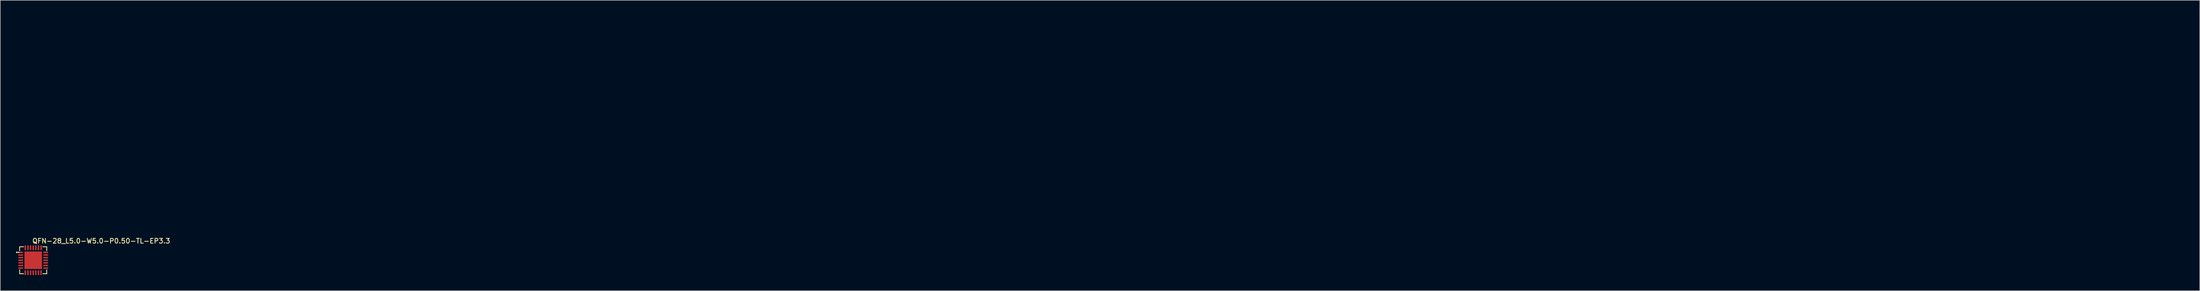
<source format=kicad_pcb>
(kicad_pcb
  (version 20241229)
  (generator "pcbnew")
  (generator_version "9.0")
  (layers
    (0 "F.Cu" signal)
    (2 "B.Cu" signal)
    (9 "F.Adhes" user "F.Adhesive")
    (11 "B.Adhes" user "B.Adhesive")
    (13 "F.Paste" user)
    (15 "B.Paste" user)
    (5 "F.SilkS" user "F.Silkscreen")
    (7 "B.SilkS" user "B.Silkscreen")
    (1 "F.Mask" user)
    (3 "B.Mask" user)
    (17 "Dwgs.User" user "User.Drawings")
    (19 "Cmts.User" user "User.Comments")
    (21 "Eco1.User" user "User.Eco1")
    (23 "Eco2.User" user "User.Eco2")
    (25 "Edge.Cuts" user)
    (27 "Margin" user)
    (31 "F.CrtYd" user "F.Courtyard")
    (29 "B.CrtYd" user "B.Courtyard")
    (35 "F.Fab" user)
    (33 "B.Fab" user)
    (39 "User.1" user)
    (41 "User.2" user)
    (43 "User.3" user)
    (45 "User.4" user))
  (footprint "QFN-28_L5.0-W5.0-P0.50-TL-EP3.3"
    (layer "F.Cu")
    (at 3.28 46.655)
    (property "Reference" "QFN-28_L5.0-W5.0-P0.50-TL-EP3.3" (at -0.254 -4.216 0) (layer "F.SilkS") (effects (font (size 0.914 0.914) (thickness 0.152)) (justify left top)))
    (fp_line (start -2.576 -2.576) (end -2.576 -1.831) (stroke (width 0.152) (type default)) (layer "F.SilkS"))
    (fp_line (start -2.576 2.576) (end -2.576 1.831) (stroke (width 0.152) (type default)) (layer "F.SilkS"))
    (fp_line (start -1.831 -2.576) (end -2.576 -2.576) (stroke (width 0.152) (type default)) (layer "F.SilkS"))
    (fp_line (start -1.831 2.576) (end -2.576 2.576) (stroke (width 0.152) (type default)) (layer "F.SilkS"))
    (fp_line (start 1.831 -2.576) (end 2.576 -2.576) (stroke (width 0.152) (type default)) (layer "F.SilkS"))
    (fp_line (start 1.831 2.576) (end 2.576 2.576) (stroke (width 0.152) (type default)) (layer "F.SilkS"))
    (fp_line (start 2.576 -2.576) (end 2.576 -1.831) (stroke (width 0.152) (type default)) (layer "F.SilkS"))
    (fp_line (start 2.576 2.576) (end 2.576 1.831) (stroke (width 0.152) (type default)) (layer "F.SilkS"))
    (fp_circle (center -3.13 -1.5) (end -3.055 -1.5) (stroke (width 0.15) (type default)) (fill no) (layer "F.SilkS"))
    (fp_circle (center -2.8 -1.5) (end -2.725 -1.5) (stroke (width 0.15) (type default)) (fill no) (layer "Dwgs.User"))
    (fp_circle (center -2.5 -2.5) (end -2.47 -2.5) (stroke (width 0.06) (type default)) (fill no) (layer "User.5"))
    (pad "1" smd rect (at -2.377 -1.5) (size 0.905 0.28) (layers "F.Cu" "F.Mask" "F.Paste"))
    (pad "2" smd rect (at -2.377 -1) (size 0.905 0.28) (layers "F.Cu" "F.Mask" "F.Paste"))
    (pad "3" smd rect (at -2.377 -0.5) (size 0.905 0.28) (layers "F.Cu" "F.Mask" "F.Paste"))
    (pad "4" smd rect (at -2.377 0) (size 0.905 0.28) (layers "F.Cu" "F.Mask" "F.Paste"))
    (pad "5" smd rect (at -2.377 0.5) (size 0.905 0.28) (layers "F.Cu" "F.Mask" "F.Paste"))
    (pad "6" smd rect (at -2.377 1) (size 0.905 0.28) (layers "F.Cu" "F.Mask" "F.Paste"))
    (pad "7" smd rect (at -2.377 1.5) (size 0.905 0.28) (layers "F.Cu" "F.Mask" "F.Paste"))
    (pad "8" smd rect (at -1.5 2.377) (size 0.28 0.905) (layers "F.Cu" "F.Mask" "F.Paste"))
    (pad "9" smd rect (at -1 2.377) (size 0.28 0.905) (layers "F.Cu" "F.Mask" "F.Paste"))
    (pad "10" smd rect (at -0.5 2.377) (size 0.28 0.905) (layers "F.Cu" "F.Mask" "F.Paste"))
    (pad "11" smd rect (at 0 2.377) (size 0.28 0.905) (layers "F.Cu" "F.Mask" "F.Paste"))
    (pad "12" smd rect (at 0.5 2.377) (size 0.28 0.905) (layers "F.Cu" "F.Mask" "F.Paste"))
    (pad "13" smd rect (at 1 2.377) (size 0.28 0.905) (layers "F.Cu" "F.Mask" "F.Paste"))
    (pad "14" smd rect (at 1.5 2.377) (size 0.28 0.905) (layers "F.Cu" "F.Mask" "F.Paste"))
    (pad "15" smd rect (at 2.377 1.5) (size 0.905 0.28) (layers "F.Cu" "F.Mask" "F.Paste"))
    (pad "16" smd rect (at 2.377 1) (size 0.905 0.28) (layers "F.Cu" "F.Mask" "F.Paste"))
    (pad "17" smd rect (at 2.377 0.5) (size 0.905 0.28) (layers "F.Cu" "F.Mask" "F.Paste"))
    (pad "18" smd rect (at 2.377 0) (size 0.905 0.28) (layers "F.Cu" "F.Mask" "F.Paste"))
    (pad "19" smd rect (at 2.377 -0.5) (size 0.905 0.28) (layers "F.Cu" "F.Mask" "F.Paste"))
    (pad "20" smd rect (at 2.377 -1) (size 0.905 0.28) (layers "F.Cu" "F.Mask" "F.Paste"))
    (pad "21" smd rect (at 2.377 -1.5) (size 0.905 0.28) (layers "F.Cu" "F.Mask" "F.Paste"))
    (pad "22" smd rect (at 1.5 -2.377) (size 0.28 0.905) (layers "F.Cu" "F.Mask" "F.Paste"))
    (pad "23" smd rect (at 1 -2.377) (size 0.28 0.905) (layers "F.Cu" "F.Mask" "F.Paste"))
    (pad "24" smd rect (at 0.5 -2.377) (size 0.28 0.905) (layers "F.Cu" "F.Mask" "F.Paste"))
    (pad "25" smd rect (at 0 -2.377) (size 0.28 0.905) (layers "F.Cu" "F.Mask" "F.Paste"))
    (pad "26" smd rect (at -0.5 -2.377) (size 0.28 0.905) (layers "F.Cu" "F.Mask" "F.Paste"))
    (pad "27" smd rect (at -1 -2.377) (size 0.28 0.905) (layers "F.Cu" "F.Mask" "F.Paste"))
    (pad "28" smd rect (at -1.5 -2.377) (size 0.28 0.905) (layers "F.Cu" "F.Mask" "F.Paste"))
    (pad "29" smd rect (at 0 0) (size 3.35 3.35) (layers "F.Cu" "F.Mask" "F.Paste"))
    (zone (net_name "") (layer "F.Paste") (hatch edge 0.5) (priority 100) (connect_pads yes) (min_thickness 0) (filled_areas_thickness no) (fill yes) (polygon (pts (xy 407.525 1.19) (xy 408.43 1.19) (xy 408.43 1.47) (xy 407.525 1.47))) (filled_polygon (layer "F.Paste") (island) (pts (xy 407.525 1.19) (xy 408.43 1.19) (xy 408.43 1.47) (xy 407.525 1.47))))
    (zone (net_name "") (layer "F.Paste") (hatch edge 0.5) (priority 100) (connect_pads yes) (min_thickness 0) (filled_areas_thickness no) (fill yes) (polygon (pts (xy 407.525 1.69) (xy 408.43 1.69) (xy 408.43 1.97) (xy 407.525 1.97))) (filled_polygon (layer "F.Paste") (island) (pts (xy 407.525 1.69) (xy 408.43 1.69) (xy 408.43 1.97) (xy 407.525 1.97))))
    (zone (net_name "") (layer "F.Paste") (hatch edge 0.5) (priority 100) (connect_pads yes) (min_thickness 0) (filled_areas_thickness no) (fill yes) (polygon (pts (xy 407.525 2.19) (xy 408.43 2.19) (xy 408.43 2.47) (xy 407.525 2.47))) (filled_polygon (layer "F.Paste") (island) (pts (xy 407.525 2.19) (xy 408.43 2.19) (xy 408.43 2.47) (xy 407.525 2.47))))
    (zone (net_name "") (layer "F.Paste") (hatch edge 0.5) (priority 100) (connect_pads yes) (min_thickness 0) (filled_areas_thickness no) (fill yes) (polygon (pts (xy 407.525 2.69) (xy 408.43 2.69) (xy 408.43 2.97) (xy 407.525 2.97))) (filled_polygon (layer "F.Paste") (island) (pts (xy 407.525 2.69) (xy 408.43 2.69) (xy 408.43 2.97) (xy 407.525 2.97))))
    (zone (net_name "") (layer "F.Paste") (hatch edge 0.5) (priority 100) (connect_pads yes) (min_thickness 0) (filled_areas_thickness no) (fill yes) (polygon (pts (xy 407.525 3.19) (xy 408.43 3.19) (xy 408.43 3.47) (xy 407.525 3.47))) (filled_polygon (layer "F.Paste") (island) (pts (xy 407.525 3.19) (xy 408.43 3.19) (xy 408.43 3.47) (xy 407.525 3.47))))
    (zone (net_name "") (layer "F.Paste") (hatch edge 0.5) (priority 100) (connect_pads yes) (min_thickness 0) (filled_areas_thickness no) (fill yes) (polygon (pts (xy 407.525 3.69) (xy 408.43 3.69) (xy 408.43 3.97) (xy 407.525 3.97))) (filled_polygon (layer "F.Paste") (island) (pts (xy 407.525 3.69) (xy 408.43 3.69) (xy 408.43 3.97) (xy 407.525 3.97))))
    (zone (net_name "") (layer "F.Paste") (hatch edge 0.5) (priority 100) (connect_pads yes) (min_thickness 0) (filled_areas_thickness no) (fill yes) (polygon (pts (xy 407.525 4.19) (xy 408.43 4.19) (xy 408.43 4.47) (xy 407.525 4.47))) (filled_polygon (layer "F.Paste") (island) (pts (xy 407.525 4.19) (xy 408.43 4.19) (xy 408.43 4.47) (xy 407.525 4.47))))
    (zone (net_name "") (layer "F.Paste") (hatch edge 0.5) (priority 100) (connect_pads yes) (min_thickness 0) (filled_areas_thickness no) (fill yes) (polygon (pts (xy 408.715 0) (xy 408.995 0) (xy 408.995 0.905) (xy 408.715 0.905))) (filled_polygon (layer "F.Paste") (island) (pts (xy 408.715 0) (xy 408.995 0) (xy 408.995 0.905) (xy 408.715 0.905))))
    (zone (net_name "") (layer "F.Paste") (hatch edge 0.5) (priority 100) (connect_pads yes) (min_thickness 0) (filled_areas_thickness no) (fill yes) (polygon (pts (xy 408.715 4.755) (xy 408.995 4.755) (xy 408.995 5.66) (xy 408.715 5.66))) (filled_polygon (layer "F.Paste") (island) (pts (xy 408.715 4.755) (xy 408.995 4.755) (xy 408.995 5.66) (xy 408.715 5.66))))
    (zone (net_name "") (layer "F.Paste") (hatch edge 0.5) (priority 100) (connect_pads yes) (min_thickness 0) (filled_areas_thickness no) (fill yes) (polygon (pts (xy 409.005 1.48) (xy 411.705 1.48) (xy 411.705 4.18) (xy 409.005 4.18))) (filled_polygon (layer "F.Paste") (island) (pts (xy 409.005 1.48) (xy 411.705 1.48) (xy 411.705 4.18) (xy 409.005 4.18))))
    (zone (net_name "") (layer "F.Paste") (hatch edge 0.5) (priority 100) (connect_pads yes) (min_thickness 0) (filled_areas_thickness no) (fill yes) (polygon (pts (xy 409.215 0) (xy 409.495 0) (xy 409.495 0.905) (xy 409.215 0.905))) (filled_polygon (layer "F.Paste") (island) (pts (xy 409.215 0) (xy 409.495 0) (xy 409.495 0.905) (xy 409.215 0.905))))
    (zone (net_name "") (layer "F.Paste") (hatch edge 0.5) (priority 100) (connect_pads yes) (min_thickness 0) (filled_areas_thickness no) (fill yes) (polygon (pts (xy 409.215 4.755) (xy 409.495 4.755) (xy 409.495 5.66) (xy 409.215 5.66))) (filled_polygon (layer "F.Paste") (island) (pts (xy 409.215 4.755) (xy 409.495 4.755) (xy 409.495 5.66) (xy 409.215 5.66))))
    (zone (net_name "") (layer "F.Paste") (hatch edge 0.5) (priority 100) (connect_pads yes) (min_thickness 0) (filled_areas_thickness no) (fill yes) (polygon (pts (xy 409.715 0) (xy 409.995 0) (xy 409.995 0.905) (xy 409.715 0.905))) (filled_polygon (layer "F.Paste") (island) (pts (xy 409.715 0) (xy 409.995 0) (xy 409.995 0.905) (xy 409.715 0.905))))
    (zone (net_name "") (layer "F.Paste") (hatch edge 0.5) (priority 100) (connect_pads yes) (min_thickness 0) (filled_areas_thickness no) (fill yes) (polygon (pts (xy 409.715 4.755) (xy 409.995 4.755) (xy 409.995 5.66) (xy 409.715 5.66))) (filled_polygon (layer "F.Paste") (island) (pts (xy 409.715 4.755) (xy 409.995 4.755) (xy 409.995 5.66) (xy 409.715 5.66))))
    (zone (net_name "") (layer "F.Paste") (hatch edge 0.5) (priority 100) (connect_pads yes) (min_thickness 0) (filled_areas_thickness no) (fill yes) (polygon (pts (xy 410.215 0) (xy 410.495 0) (xy 410.495 0.905) (xy 410.215 0.905))) (filled_polygon (layer "F.Paste") (island) (pts (xy 410.215 0) (xy 410.495 0) (xy 410.495 0.905) (xy 410.215 0.905))))
    (zone (net_name "") (layer "F.Paste") (hatch edge 0.5) (priority 100) (connect_pads yes) (min_thickness 0) (filled_areas_thickness no) (fill yes) (polygon (pts (xy 410.215 4.755) (xy 410.495 4.755) (xy 410.495 5.66) (xy 410.215 5.66))) (filled_polygon (layer "F.Paste") (island) (pts (xy 410.215 4.755) (xy 410.495 4.755) (xy 410.495 5.66) (xy 410.215 5.66))))
    (zone (net_name "") (layer "F.Paste") (hatch edge 0.5) (priority 100) (connect_pads yes) (min_thickness 0) (filled_areas_thickness no) (fill yes) (polygon (pts (xy 410.715 0) (xy 410.995 0) (xy 410.995 0.905) (xy 410.715 0.905))) (filled_polygon (layer "F.Paste") (island) (pts (xy 410.715 0) (xy 410.995 0) (xy 410.995 0.905) (xy 410.715 0.905))))
    (zone (net_name "") (layer "F.Paste") (hatch edge 0.5) (priority 100) (connect_pads yes) (min_thickness 0) (filled_areas_thickness no) (fill yes) (polygon (pts (xy 410.715 4.755) (xy 410.995 4.755) (xy 410.995 5.66) (xy 410.715 5.66))) (filled_polygon (layer "F.Paste") (island) (pts (xy 410.715 4.755) (xy 410.995 4.755) (xy 410.995 5.66) (xy 410.715 5.66))))
    (zone (net_name "") (layer "F.Paste") (hatch edge 0.5) (priority 100) (connect_pads yes) (min_thickness 0) (filled_areas_thickness no) (fill yes) (polygon (pts (xy 411.215 0) (xy 411.495 0) (xy 411.495 0.905) (xy 411.215 0.905))) (filled_polygon (layer "F.Paste") (island) (pts (xy 411.215 0) (xy 411.495 0) (xy 411.495 0.905) (xy 411.215 0.905))))
    (zone (net_name "") (layer "F.Paste") (hatch edge 0.5) (priority 100) (connect_pads yes) (min_thickness 0) (filled_areas_thickness no) (fill yes) (polygon (pts (xy 411.215 4.755) (xy 411.495 4.755) (xy 411.495 5.66) (xy 411.215 5.66))) (filled_polygon (layer "F.Paste") (island) (pts (xy 411.215 4.755) (xy 411.495 4.755) (xy 411.495 5.66) (xy 411.215 5.66))))
    (zone (net_name "") (layer "F.Paste") (hatch edge 0.5) (priority 100) (connect_pads yes) (min_thickness 0) (filled_areas_thickness no) (fill yes) (polygon (pts (xy 411.715 0) (xy 411.995 0) (xy 411.995 0.905) (xy 411.715 0.905))) (filled_polygon (layer "F.Paste") (island) (pts (xy 411.715 0) (xy 411.995 0) (xy 411.995 0.905) (xy 411.715 0.905))))
    (zone (net_name "") (layer "F.Paste") (hatch edge 0.5) (priority 100) (connect_pads yes) (min_thickness 0) (filled_areas_thickness no) (fill yes) (polygon (pts (xy 411.715 4.755) (xy 411.995 4.755) (xy 411.995 5.66) (xy 411.715 5.66))) (filled_polygon (layer "F.Paste") (island) (pts (xy 411.715 4.755) (xy 411.995 4.755) (xy 411.995 5.66) (xy 411.715 5.66))))
    (zone (net_name "") (layer "F.Paste") (hatch edge 0.5) (priority 100) (connect_pads yes) (min_thickness 0) (filled_areas_thickness no) (fill yes) (polygon (pts (xy 412.28 1.19) (xy 413.185 1.19) (xy 413.185 1.47) (xy 412.28 1.47))) (filled_polygon (layer "F.Paste") (island) (pts (xy 412.28 1.19) (xy 413.185 1.19) (xy 413.185 1.47) (xy 412.28 1.47))))
    (zone (net_name "") (layer "F.Paste") (hatch edge 0.5) (priority 100) (connect_pads yes) (min_thickness 0) (filled_areas_thickness no) (fill yes) (polygon (pts (xy 412.28 1.69) (xy 413.185 1.69) (xy 413.185 1.97) (xy 412.28 1.97))) (filled_polygon (layer "F.Paste") (island) (pts (xy 412.28 1.69) (xy 413.185 1.69) (xy 413.185 1.97) (xy 412.28 1.97))))
    (zone (net_name "") (layer "F.Paste") (hatch edge 0.5) (priority 100) (connect_pads yes) (min_thickness 0) (filled_areas_thickness no) (fill yes) (polygon (pts (xy 412.28 2.19) (xy 413.185 2.19) (xy 413.185 2.47) (xy 412.28 2.47))) (filled_polygon (layer "F.Paste") (island) (pts (xy 412.28 2.19) (xy 413.185 2.19) (xy 413.185 2.47) (xy 412.28 2.47))))
    (zone (net_name "") (layer "F.Paste") (hatch edge 0.5) (priority 100) (connect_pads yes) (min_thickness 0) (filled_areas_thickness no) (fill yes) (polygon (pts (xy 412.28 2.69) (xy 413.185 2.69) (xy 413.185 2.97) (xy 412.28 2.97))) (filled_polygon (layer "F.Paste") (island) (pts (xy 412.28 2.69) (xy 413.185 2.69) (xy 413.185 2.97) (xy 412.28 2.97))))
    (zone (net_name "") (layer "F.Paste") (hatch edge 0.5) (priority 100) (connect_pads yes) (min_thickness 0) (filled_areas_thickness no) (fill yes) (polygon (pts (xy 412.28 3.19) (xy 413.185 3.19) (xy 413.185 3.47) (xy 412.28 3.47))) (filled_polygon (layer "F.Paste") (island) (pts (xy 412.28 3.19) (xy 413.185 3.19) (xy 413.185 3.47) (xy 412.28 3.47))))
    (zone (net_name "") (layer "F.Paste") (hatch edge 0.5) (priority 100) (connect_pads yes) (min_thickness 0) (filled_areas_thickness no) (fill yes) (polygon (pts (xy 412.28 3.69) (xy 413.185 3.69) (xy 413.185 3.97) (xy 412.28 3.97))) (filled_polygon (layer "F.Paste") (island) (pts (xy 412.28 3.69) (xy 413.185 3.69) (xy 413.185 3.97) (xy 412.28 3.97))))
    (zone (net_name "") (layer "F.Paste") (hatch edge 0.5) (priority 100) (connect_pads yes) (min_thickness 0) (filled_areas_thickness no) (fill yes) (polygon (pts (xy 412.28 4.19) (xy 413.185 4.19) (xy 413.185 4.47) (xy 412.28 4.47))) (filled_polygon (layer "F.Paste") (island) (pts (xy 412.28 4.19) (xy 413.185 4.19) (xy 413.185 4.47) (xy 412.28 4.47))))
    (zone (net_name "") (layer "User.3") (hatch edge 0.5) (priority 100) (connect_pads yes) (min_thickness 0) (filled_areas_thickness no) (fill yes) (polygon (pts (xy 407.855 0.33) (xy 412.855 0.33) (xy 412.855 5.33) (xy 407.855 5.33))) (filled_polygon (layer "User.3") (island) (pts (xy 407.855 0.33) (xy 412.855 0.33) (xy 412.855 5.33) (xy 407.855 5.33))))
    (zone (net_name "") (layer "User.4") (hatch edge 0.5) (priority 100) (connect_pads yes) (min_thickness 0) (filled_areas_thickness no) (fill yes) (polygon (pts (xy 407.855 1.21) (xy 408.405 1.21) (xy 408.405 1.45) (xy 407.855 1.45))) (filled_polygon (layer "User.4") (island) (pts (xy 407.855 1.21) (xy 408.405 1.21) (xy 408.405 1.45) (xy 407.855 1.45))))
    (zone (net_name "") (layer "User.4") (hatch edge 0.5) (priority 100) (connect_pads yes) (min_thickness 0) (filled_areas_thickness no) (fill yes) (polygon (pts (xy 407.855 1.71) (xy 408.405 1.71) (xy 408.405 1.95) (xy 407.855 1.95))) (filled_polygon (layer "User.4") (island) (pts (xy 407.855 1.71) (xy 408.405 1.71) (xy 408.405 1.95) (xy 407.855 1.95))))
    (zone (net_name "") (layer "User.4") (hatch edge 0.5) (priority 100) (connect_pads yes) (min_thickness 0) (filled_areas_thickness no) (fill yes) (polygon (pts (xy 407.855 2.21) (xy 408.405 2.21) (xy 408.405 2.45) (xy 407.855 2.45))) (filled_polygon (layer "User.4") (island) (pts (xy 407.855 2.21) (xy 408.405 2.21) (xy 408.405 2.45) (xy 407.855 2.45))))
    (zone (net_name "") (layer "User.4") (hatch edge 0.5) (priority 100) (connect_pads yes) (min_thickness 0) (filled_areas_thickness no) (fill yes) (polygon (pts (xy 407.855 2.71) (xy 408.405 2.71) (xy 408.405 2.95) (xy 407.855 2.95))) (filled_polygon (layer "User.4") (island) (pts (xy 407.855 2.71) (xy 408.405 2.71) (xy 408.405 2.95) (xy 407.855 2.95))))
    (zone (net_name "") (layer "User.4") (hatch edge 0.5) (priority 100) (connect_pads yes) (min_thickness 0) (filled_areas_thickness no) (fill yes) (polygon (pts (xy 407.855 3.21) (xy 408.405 3.21) (xy 408.405 3.45) (xy 407.855 3.45))) (filled_polygon (layer "User.4") (island) (pts (xy 407.855 3.21) (xy 408.405 3.21) (xy 408.405 3.45) (xy 407.855 3.45))))
    (zone (net_name "") (layer "User.4") (hatch edge 0.5) (priority 100) (connect_pads yes) (min_thickness 0) (filled_areas_thickness no) (fill yes) (polygon (pts (xy 407.855 3.71) (xy 408.405 3.71) (xy 408.405 3.95) (xy 407.855 3.95))) (filled_polygon (layer "User.4") (island) (pts (xy 407.855 3.71) (xy 408.405 3.71) (xy 408.405 3.95) (xy 407.855 3.95))))
    (zone (net_name "") (layer "User.4") (hatch edge 0.5) (priority 100) (connect_pads yes) (min_thickness 0) (filled_areas_thickness no) (fill yes) (polygon (pts (xy 407.855 4.21) (xy 408.405 4.21) (xy 408.405 4.45) (xy 407.855 4.45))) (filled_polygon (layer "User.4") (island) (pts (xy 407.855 4.21) (xy 408.405 4.21) (xy 408.405 4.45) (xy 407.855 4.45))))
    (zone (net_name "") (layer "User.4") (hatch edge 0.5) (priority 100) (connect_pads yes) (min_thickness 0) (filled_areas_thickness no) (fill yes) (polygon (pts (xy 408.73 1.205) (xy 411.98 1.205) (xy 411.98 4.455) (xy 408.73 4.455))) (filled_polygon (layer "User.4") (island) (pts (xy 408.73 1.205) (xy 411.98 1.205) (xy 411.98 4.455) (xy 408.73 4.455))))
    (zone (net_name "") (layer "User.4") (hatch edge 0.5) (priority 100) (connect_pads yes) (min_thickness 0) (filled_areas_thickness no) (fill yes) (polygon (pts (xy 408.735 0.88) (xy 408.975 0.88) (xy 408.975 0.33) (xy 408.735 0.33))) (filled_polygon (layer "User.4") (island) (pts (xy 408.735 0.88) (xy 408.975 0.88) (xy 408.975 0.33) (xy 408.735 0.33))))
    (zone (net_name "") (layer "User.4") (hatch edge 0.5) (priority 100) (connect_pads yes) (min_thickness 0) (filled_areas_thickness no) (fill yes) (polygon (pts (xy 408.735 4.78) (xy 408.975 4.78) (xy 408.975 5.33) (xy 408.735 5.33))) (filled_polygon (layer "User.4") (island) (pts (xy 408.735 4.78) (xy 408.975 4.78) (xy 408.975 5.33) (xy 408.735 5.33))))
    (zone (net_name "") (layer "User.4") (hatch edge 0.5) (priority 100) (connect_pads yes) (min_thickness 0) (filled_areas_thickness no) (fill yes) (polygon (pts (xy 409.235 0.88) (xy 409.475 0.88) (xy 409.475 0.33) (xy 409.235 0.33))) (filled_polygon (layer "User.4") (island) (pts (xy 409.235 0.88) (xy 409.475 0.88) (xy 409.475 0.33) (xy 409.235 0.33))))
    (zone (net_name "") (layer "User.4") (hatch edge 0.5) (priority 100) (connect_pads yes) (min_thickness 0) (filled_areas_thickness no) (fill yes) (polygon (pts (xy 409.235 4.78) (xy 409.475 4.78) (xy 409.475 5.33) (xy 409.235 5.33))) (filled_polygon (layer "User.4") (island) (pts (xy 409.235 4.78) (xy 409.475 4.78) (xy 409.475 5.33) (xy 409.235 5.33))))
    (zone (net_name "") (layer "User.4") (hatch edge 0.5) (priority 100) (connect_pads yes) (min_thickness 0) (filled_areas_thickness no) (fill yes) (polygon (pts (xy 409.735 0.88) (xy 409.975 0.88) (xy 409.975 0.33) (xy 409.735 0.33))) (filled_polygon (layer "User.4") (island) (pts (xy 409.735 0.88) (xy 409.975 0.88) (xy 409.975 0.33) (xy 409.735 0.33))))
    (zone (net_name "") (layer "User.4") (hatch edge 0.5) (priority 100) (connect_pads yes) (min_thickness 0) (filled_areas_thickness no) (fill yes) (polygon (pts (xy 409.735 4.78) (xy 409.975 4.78) (xy 409.975 5.33) (xy 409.735 5.33))) (filled_polygon (layer "User.4") (island) (pts (xy 409.735 4.78) (xy 409.975 4.78) (xy 409.975 5.33) (xy 409.735 5.33))))
    (zone (net_name "") (layer "User.4") (hatch edge 0.5) (priority 100) (connect_pads yes) (min_thickness 0) (filled_areas_thickness no) (fill yes) (polygon (pts (xy 410.235 0.88) (xy 410.475 0.88) (xy 410.475 0.33) (xy 410.235 0.33))) (filled_polygon (layer "User.4") (island) (pts (xy 410.235 0.88) (xy 410.475 0.88) (xy 410.475 0.33) (xy 410.235 0.33))))
    (zone (net_name "") (layer "User.4") (hatch edge 0.5) (priority 100) (connect_pads yes) (min_thickness 0) (filled_areas_thickness no) (fill yes) (polygon (pts (xy 410.235 4.78) (xy 410.475 4.78) (xy 410.475 5.33) (xy 410.235 5.33))) (filled_polygon (layer "User.4") (island) (pts (xy 410.235 4.78) (xy 410.475 4.78) (xy 410.475 5.33) (xy 410.235 5.33))))
    (zone (net_name "") (layer "User.4") (hatch edge 0.5) (priority 100) (connect_pads yes) (min_thickness 0) (filled_areas_thickness no) (fill yes) (polygon (pts (xy 410.735 0.88) (xy 410.975 0.88) (xy 410.975 0.33) (xy 410.735 0.33))) (filled_polygon (layer "User.4") (island) (pts (xy 410.735 0.88) (xy 410.975 0.88) (xy 410.975 0.33) (xy 410.735 0.33))))
    (zone (net_name "") (layer "User.4") (hatch edge 0.5) (priority 100) (connect_pads yes) (min_thickness 0) (filled_areas_thickness no) (fill yes) (polygon (pts (xy 410.735 4.78) (xy 410.975 4.78) (xy 410.975 5.33) (xy 410.735 5.33))) (filled_polygon (layer "User.4") (island) (pts (xy 410.735 4.78) (xy 410.975 4.78) (xy 410.975 5.33) (xy 410.735 5.33))))
    (zone (net_name "") (layer "User.4") (hatch edge 0.5) (priority 100) (connect_pads yes) (min_thickness 0) (filled_areas_thickness no) (fill yes) (polygon (pts (xy 411.235 0.88) (xy 411.475 0.88) (xy 411.475 0.33) (xy 411.235 0.33))) (filled_polygon (layer "User.4") (island) (pts (xy 411.235 0.88) (xy 411.475 0.88) (xy 411.475 0.33) (xy 411.235 0.33))))
    (zone (net_name "") (layer "User.4") (hatch edge 0.5) (priority 100) (connect_pads yes) (min_thickness 0) (filled_areas_thickness no) (fill yes) (polygon (pts (xy 411.235 4.78) (xy 411.475 4.78) (xy 411.475 5.33) (xy 411.235 5.33))) (filled_polygon (layer "User.4") (island) (pts (xy 411.235 4.78) (xy 411.475 4.78) (xy 411.475 5.33) (xy 411.235 5.33))))
    (zone (net_name "") (layer "User.4") (hatch edge 0.5) (priority 100) (connect_pads yes) (min_thickness 0) (filled_areas_thickness no) (fill yes) (polygon (pts (xy 411.735 0.88) (xy 411.975 0.88) (xy 411.975 0.33) (xy 411.735 0.33))) (filled_polygon (layer "User.4") (island) (pts (xy 411.735 0.88) (xy 411.975 0.88) (xy 411.975 0.33) (xy 411.735 0.33))))
    (zone (net_name "") (layer "User.4") (hatch edge 0.5) (priority 100) (connect_pads yes) (min_thickness 0) (filled_areas_thickness no) (fill yes) (polygon (pts (xy 411.735 4.78) (xy 411.975 4.78) (xy 411.975 5.33) (xy 411.735 5.33))) (filled_polygon (layer "User.4") (island) (pts (xy 411.735 4.78) (xy 411.975 4.78) (xy 411.975 5.33) (xy 411.735 5.33))))
    (zone (net_name "") (layer "User.4") (hatch edge 0.5) (priority 100) (connect_pads yes) (min_thickness 0) (filled_areas_thickness no) (fill yes) (polygon (pts (xy 412.855 1.21) (xy 412.305 1.21) (xy 412.305 1.45) (xy 412.855 1.45))) (filled_polygon (layer "User.4") (island) (pts (xy 412.855 1.21) (xy 412.305 1.21) (xy 412.305 1.45) (xy 412.855 1.45))))
    (zone (net_name "") (layer "User.4") (hatch edge 0.5) (priority 100) (connect_pads yes) (min_thickness 0) (filled_areas_thickness no) (fill yes) (polygon (pts (xy 412.855 1.71) (xy 412.305 1.71) (xy 412.305 1.95) (xy 412.855 1.95))) (filled_polygon (layer "User.4") (island) (pts (xy 412.855 1.71) (xy 412.305 1.71) (xy 412.305 1.95) (xy 412.855 1.95))))
    (zone (net_name "") (layer "User.4") (hatch edge 0.5) (priority 100) (connect_pads yes) (min_thickness 0) (filled_areas_thickness no) (fill yes) (polygon (pts (xy 412.855 2.21) (xy 412.305 2.21) (xy 412.305 2.45) (xy 412.855 2.45))) (filled_polygon (layer "User.4") (island) (pts (xy 412.855 2.21) (xy 412.305 2.21) (xy 412.305 2.45) (xy 412.855 2.45))))
    (zone (net_name "") (layer "User.4") (hatch edge 0.5) (priority 100) (connect_pads yes) (min_thickness 0) (filled_areas_thickness no) (fill yes) (polygon (pts (xy 412.855 2.71) (xy 412.305 2.71) (xy 412.305 2.95) (xy 412.855 2.95))) (filled_polygon (layer "User.4") (island) (pts (xy 412.855 2.71) (xy 412.305 2.71) (xy 412.305 2.95) (xy 412.855 2.95))))
    (zone (net_name "") (layer "User.4") (hatch edge 0.5) (priority 100) (connect_pads yes) (min_thickness 0) (filled_areas_thickness no) (fill yes) (polygon (pts (xy 412.855 3.21) (xy 412.305 3.21) (xy 412.305 3.45) (xy 412.855 3.45))) (filled_polygon (layer "User.4") (island) (pts (xy 412.855 3.21) (xy 412.305 3.21) (xy 412.305 3.45) (xy 412.855 3.45))))
    (zone (net_name "") (layer "User.4") (hatch edge 0.5) (priority 100) (connect_pads yes) (min_thickness 0) (filled_areas_thickness no) (fill yes) (polygon (pts (xy 412.855 3.71) (xy 412.305 3.71) (xy 412.305 3.95) (xy 412.855 3.95))) (filled_polygon (layer "User.4") (island) (pts (xy 412.855 3.71) (xy 412.305 3.71) (xy 412.305 3.95) (xy 412.855 3.95))))
    (zone (net_name "") (layer "User.4") (hatch edge 0.5) (priority 100) (connect_pads yes) (min_thickness 0) (filled_areas_thickness no) (fill yes) (polygon (pts (xy 412.855 4.21) (xy 412.305 4.21) (xy 412.305 4.45) (xy 412.855 4.45))) (filled_polygon (layer "User.4") (island) (pts (xy 412.855 4.21) (xy 412.305 4.21) (xy 412.305 4.45) (xy 412.855 4.45)))))
  (gr_rect
    (start -3 -3)
    (end 416.185 52.485)
    (stroke (width 0.1) (type default))
    (fill no)
    (layer "Edge.Cuts")))
</source>
